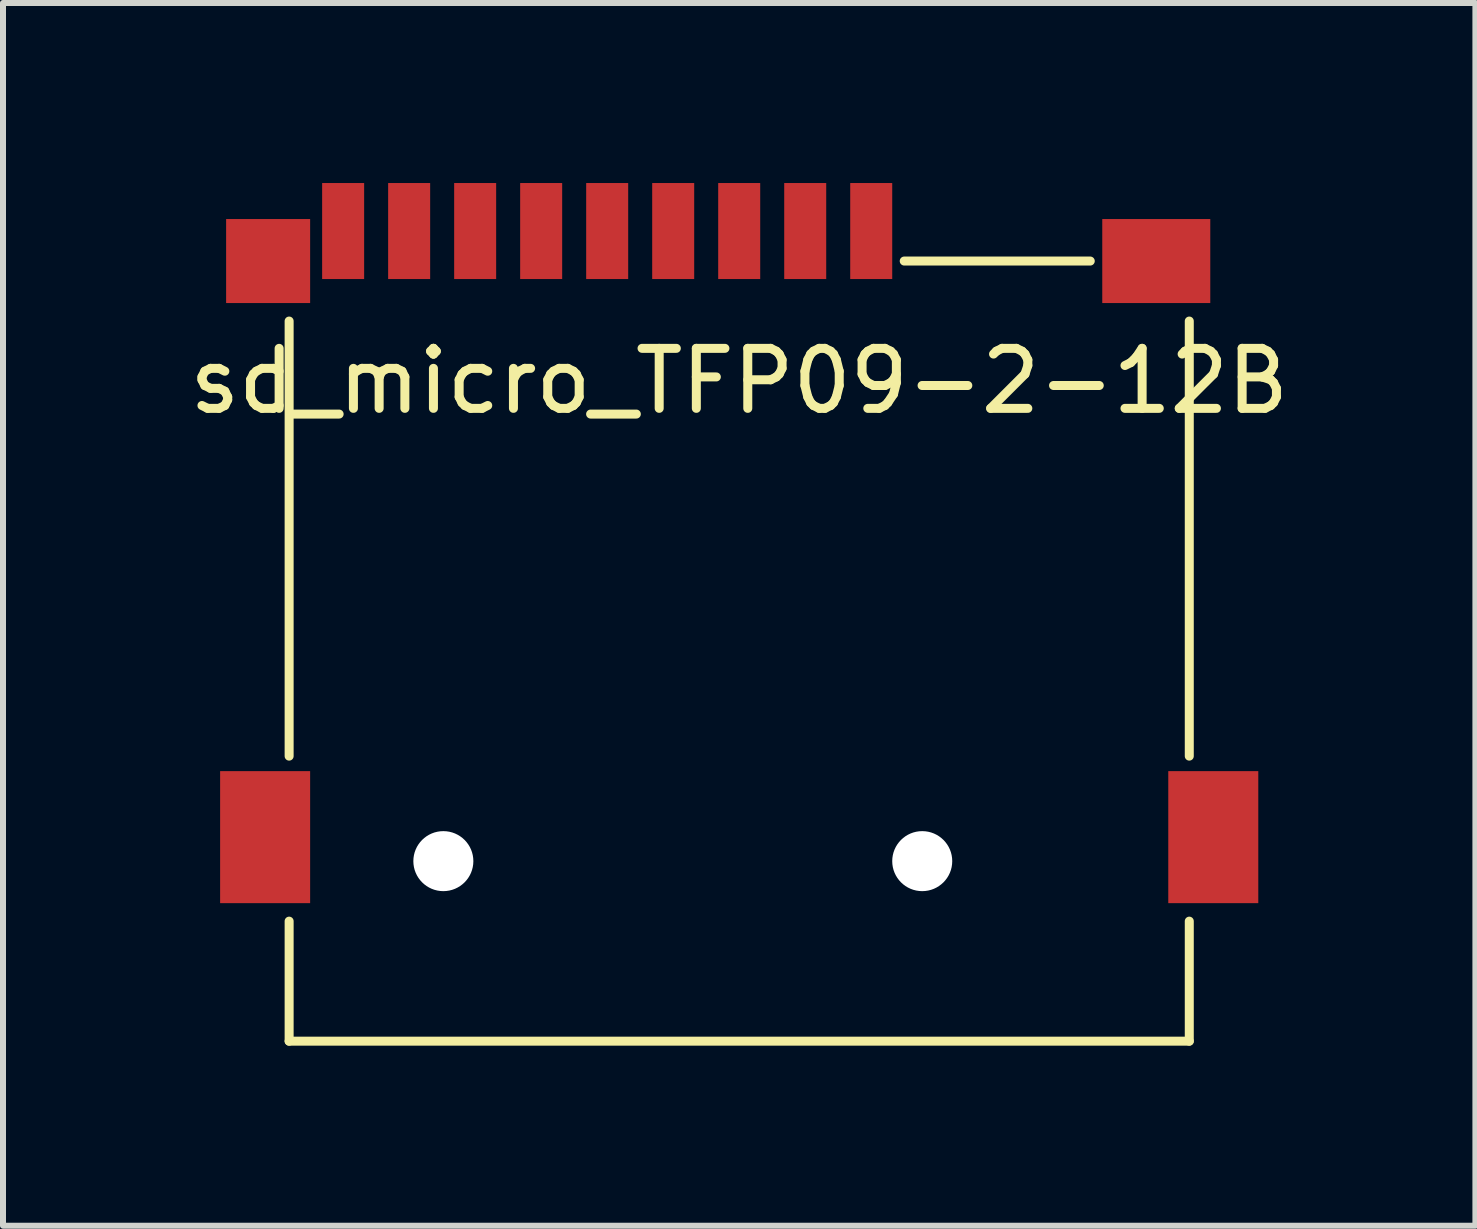
<source format=kicad_pcb>
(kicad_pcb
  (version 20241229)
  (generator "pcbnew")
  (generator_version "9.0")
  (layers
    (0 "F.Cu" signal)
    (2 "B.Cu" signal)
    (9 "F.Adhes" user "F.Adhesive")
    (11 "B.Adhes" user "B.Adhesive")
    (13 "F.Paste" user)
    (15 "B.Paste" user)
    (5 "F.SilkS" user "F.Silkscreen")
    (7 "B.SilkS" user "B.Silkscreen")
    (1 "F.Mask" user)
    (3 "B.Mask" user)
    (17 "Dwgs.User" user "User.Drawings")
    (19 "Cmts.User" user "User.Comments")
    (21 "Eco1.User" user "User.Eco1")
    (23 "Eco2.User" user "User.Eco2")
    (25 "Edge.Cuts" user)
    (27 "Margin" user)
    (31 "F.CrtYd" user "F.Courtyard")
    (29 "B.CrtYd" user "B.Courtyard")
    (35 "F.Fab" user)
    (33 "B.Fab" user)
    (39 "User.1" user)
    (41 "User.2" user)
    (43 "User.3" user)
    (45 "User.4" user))
  (footprint "sd_micro_TFP09-2-12B"
    (layer "F.Cu")
    (at 9.268 11.3)
    (property "Reference" "sd_micro_TFP09-2-12B" (at 0 -8 0) (layer "F.SilkS") (effects (font (size 1 1) (thickness 0.15))))
    (attr through_hole)
    (fp_line (start -7.5 -1.75) (end -7.5 -9) (stroke (width 0.15) (type solid)) (layer "F.SilkS"))
    (fp_line (start -7.5 3) (end -7.5 1) (stroke (width 0.15) (type solid)) (layer "F.SilkS"))
    (fp_line (start 5.85 -10) (end 2.75 -10) (stroke (width 0.15) (type solid)) (layer "F.SilkS"))
    (fp_line (start 7.5 -9) (end 7.5 -1.75) (stroke (width 0.15) (type solid)) (layer "F.SilkS"))
    (fp_line (start 7.5 3) (end -7.5 3) (stroke (width 0.15) (type solid)) (layer "F.SilkS"))
    (fp_line (start 7.5 3) (end 7.5 1) (stroke (width 0.15) (type solid)) (layer "F.SilkS"))
    (pad "" np_thru_hole circle (at -4.93 0) (size 1 1) (drill 1) (layers "*.Cu" "*.Mask"))
    (pad "" np_thru_hole circle (at 3.05 0) (size 1 1) (drill 1) (layers "*.Cu" "*.Mask"))
    (pad "1" smd rect (at 2.2 -10.5) (size 0.7 1.6) (layers "F.Cu" "F.Mask" "F.Paste"))
    (pad "2" smd rect (at 1.1 -10.5) (size 0.7 1.6) (layers "F.Cu" "F.Mask" "F.Paste"))
    (pad "3" smd rect (at 0 -10.5) (size 0.7 1.6) (layers "F.Cu" "F.Mask" "F.Paste"))
    (pad "4" smd rect (at -1.1 -10.5) (size 0.7 1.6) (layers "F.Cu" "F.Mask" "F.Paste"))
    (pad "5" smd rect (at -2.2 -10.5) (size 0.7 1.6) (layers "F.Cu" "F.Mask" "F.Paste"))
    (pad "6" smd rect (at -3.3 -10.5) (size 0.7 1.6) (layers "F.Cu" "F.Mask" "F.Paste"))
    (pad "7" smd rect (at -4.4 -10.5) (size 0.7 1.6) (layers "F.Cu" "F.Mask" "F.Paste"))
    (pad "8" smd rect (at -5.5 -10.5) (size 0.7 1.6) (layers "F.Cu" "F.Mask" "F.Paste"))
    (pad "9" smd rect (at -6.6 -10.5) (size 0.7 1.6) (layers "F.Cu" "F.Mask" "F.Paste"))
    (pad "10" smd rect (at -7.85 -10) (size 1.4 1.4) (layers "F.Cu" "F.Mask" "F.Paste"))
    (pad "11" smd rect (at 6.95 -10) (size 1.8 1.4) (layers "F.Cu" "F.Mask" "F.Paste"))
    (pad "12" smd rect (at 7.9 -0.4) (size 1.5 2.2) (layers "F.Cu" "F.Mask" "F.Paste"))
    (pad "13" smd rect (at -7.9 -0.4) (size 1.5 2.2) (layers "F.Cu" "F.Mask" "F.Paste")))
  (gr_rect
    (start -3 -3)
    (end 21.536 17.375)
    (stroke (width 0.1) (type default))
    (fill no)
    (layer "Edge.Cuts")))
</source>
